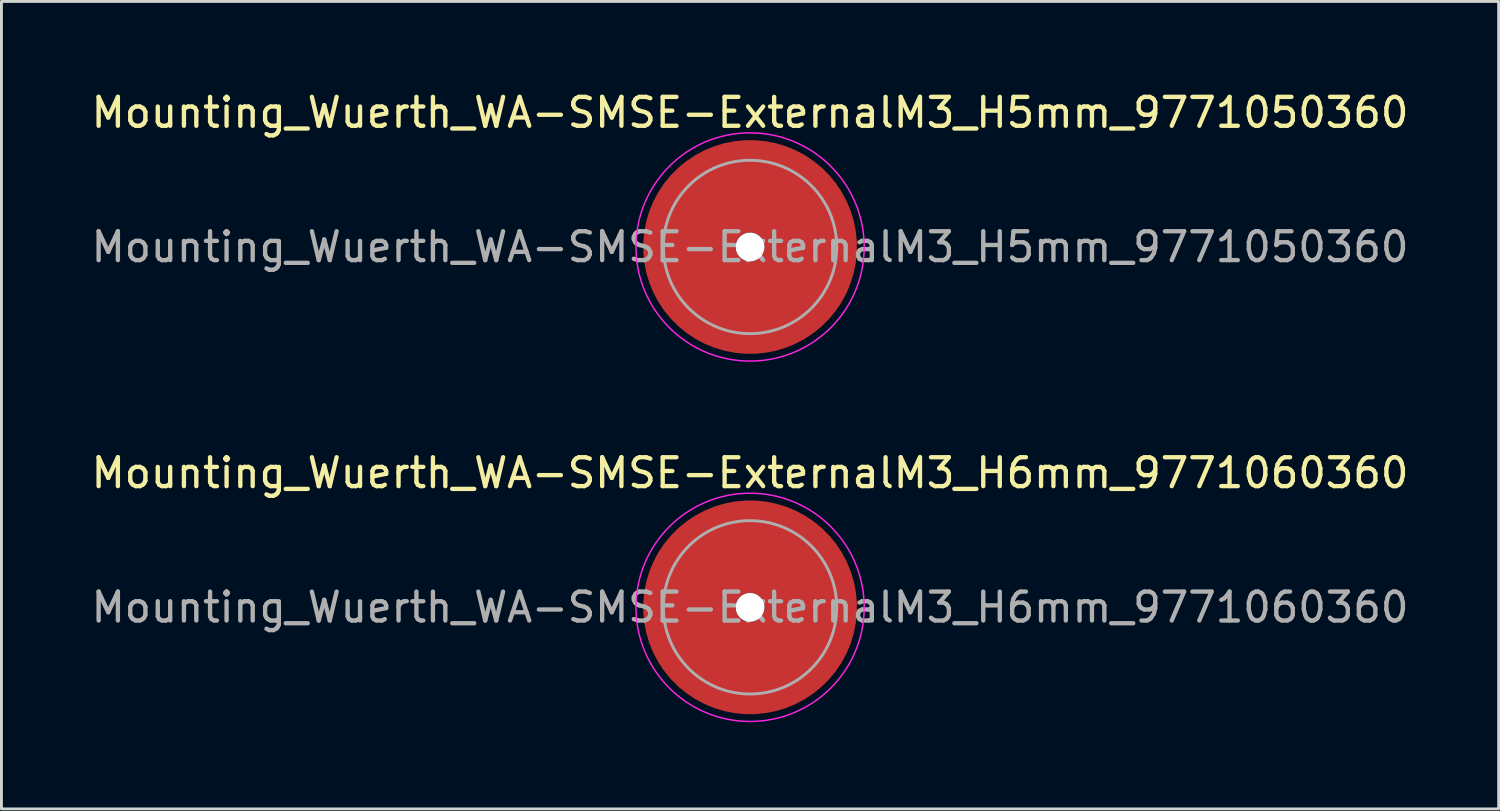
<source format=kicad_pcb>
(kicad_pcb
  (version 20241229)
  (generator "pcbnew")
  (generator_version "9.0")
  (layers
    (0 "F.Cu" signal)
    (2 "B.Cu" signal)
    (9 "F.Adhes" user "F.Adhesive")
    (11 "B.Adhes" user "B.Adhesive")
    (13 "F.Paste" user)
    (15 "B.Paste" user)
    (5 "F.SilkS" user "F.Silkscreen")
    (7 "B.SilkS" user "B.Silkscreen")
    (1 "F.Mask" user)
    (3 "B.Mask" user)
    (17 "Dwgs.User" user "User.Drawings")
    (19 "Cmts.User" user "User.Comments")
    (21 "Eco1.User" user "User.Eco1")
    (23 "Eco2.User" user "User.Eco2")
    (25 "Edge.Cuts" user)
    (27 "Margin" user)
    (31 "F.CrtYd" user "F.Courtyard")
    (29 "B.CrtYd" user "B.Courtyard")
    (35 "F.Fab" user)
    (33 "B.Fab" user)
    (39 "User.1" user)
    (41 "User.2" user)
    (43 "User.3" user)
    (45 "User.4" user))
  (footprint "Mounting_Wuerth_WA-SMSE-ExternalM3_H5mm_9771050360"
    (layer "F.Cu")
    (at 22.911 5.498)
    (property "Reference" "Mounting_Wuerth_WA-SMSE-ExternalM3_H5mm_9771050360" (at 0 -4.65 0) (layer "F.SilkS") (effects (font (size 1 1) (thickness 0.15))))
    (attr smd)
    (fp_circle (center 0 0) (end 3.95 0) (stroke (width 0.05) (type solid)) (fill no) (layer "F.CrtYd"))
    (fp_circle (center 0 0) (end 3 0) (stroke (width 0.1) (type solid)) (fill no) (layer "F.Fab"))
    (fp_text user "${REFERENCE}" (at 0 0 0) (layer "F.Fab") (effects (font (size 1 1) (thickness 0.15))))
    (pad "" smd custom (at 0 -2.1) (size 2.6 2.6) (layers "F.Paste") (options (anchor circle)) (primitives (gr_arc (start -0.305123 1.47) (mid 0 1.4) (end 0.305123 1.47) (width 0.2)) (gr_arc (start -0.493052 1.47) (mid 0 1.3) (end 0.493052 1.47) (width 0.2)) (gr_arc (start -0.642729 1.47) (mid 0 1.2) (end 0.642729 1.47) (width 0.2)) (gr_arc (start -0.776595 1.47) (mid 0 1.1) (end 0.776595 1.47) (width 0.2)) (gr_arc (start -0.901721 1.47) (mid 0 1) (end 0.901721 1.47) (width 0.2)) (gr_arc (start -1.021323 1.47) (mid 0 0.9) (end 1.021323 1.47) (width 0.2)) (gr_arc (start -1.137146 1.47) (mid 0 0.8) (end 1.137146 1.47) (width 0.2)) (gr_arc (start -1.25024 1.47) (mid 0 0.7) (end 1.25024 1.47) (width 0.2)) (gr_arc (start -1.361286 1.47) (mid 0 0.6) (end 1.361286 1.47) (width 0.2)) (gr_arc (start -1.470748 1.47) (mid 0 0.5) (end 1.470748 1.47) (width 0.2)) (gr_arc (start -1.578955 1.47) (mid 0 0.4) (end 1.578955 1.47) (width 0.2)) (gr_arc (start -1.686149 1.47) (mid 0 0.3) (end 1.686149 1.47) (width 0.2)) (gr_arc (start -1.792512 1.47) (mid 0 0.2) (end 1.792512 1.47) (width 0.2)) (gr_arc (start -1.898183 1.47) (mid 0 0.1) (end 1.898183 1.47) (width 0.2)) (gr_arc (start -2.003272 1.47) (mid 0 0) (end 2.003272 1.47) (width 0.2)) (gr_arc (start -2.107866 1.47) (mid 0 -0.1) (end 2.107866 1.47) (width 0.2)) (gr_arc (start -2.212035 1.47) (mid 0 -0.2) (end 2.212035 1.47) (width 0.2)) (gr_arc (start -2.315837 1.47) (mid 0 -0.3) (end 2.315837 1.47) (width 0.2)) (gr_arc (start -2.419318 1.47) (mid 0 -0.4) (end 2.419318 1.47) (width 0.2)) (gr_arc (start -2.522519 1.47) (mid 0 -0.5) (end 2.522519 1.47) (width 0.2)) (gr_arc (start -2.625471 1.47) (mid 0 -0.6) (end 2.625471 1.47) (width 0.2)) (gr_arc (start -2.728205 1.47) (mid 0 -0.7) (end 2.728205 1.47) (width 0.2)) (gr_arc (start -2.830742 1.47) (mid 0 -0.8) (end 2.830742 1.47) (width 0.2)) (gr_arc (start -2.933104 1.47) (mid 0 -0.9) (end 2.933104 1.47) (width 0.2)) (gr_arc (start -3.035309 1.47) (mid 0 -1) (end 3.035309 1.47) (width 0.2)) (gr_arc (start -3.137372 1.47) (mid 0 -1.1) (end 3.137372 1.47) (width 0.2)) (gr_arc (start -3.239305 1.47) (mid 0 -1.2) (end 3.239305 1.47) (width 0.2)) (gr_arc (start -3.341123 1.47) (mid 0 -1.3) (end 3.341123 1.47) (width 0.2)) (gr_arc (start -3.442833 1.47) (mid 0 -1.4) (end 3.442833 1.47) (width 0.2)) (gr_line (start 0.305 1.47) (end 3.443 1.47) (width 0.2)) (gr_line (start -0.305 1.47) (end -3.443 1.47) (width 0.2))))
    (pad "" np_thru_hole circle (at 0 0) (size 1 1) (drill 1) (layers "*.Cu" "*.Mask"))
    (pad "" smd custom (at 0 2.1) (size 2.6 2.6) (layers "F.Paste") (options (anchor circle)) (primitives (gr_arc (start 0.305123 -1.47) (mid 0 -1.4) (end -0.305123 -1.47) (width 0.2)) (gr_arc (start 0.493052 -1.47) (mid 0 -1.3) (end -0.493052 -1.47) (width 0.2)) (gr_arc (start 0.642729 -1.47) (mid 0 -1.2) (end -0.642729 -1.47) (width 0.2)) (gr_arc (start 0.776595 -1.47) (mid 0 -1.1) (end -0.776595 -1.47) (width 0.2)) (gr_arc (start 0.901721 -1.47) (mid 0 -1) (end -0.901721 -1.47) (width 0.2)) (gr_arc (start 1.021323 -1.47) (mid 0 -0.9) (end -1.021323 -1.47) (width 0.2)) (gr_arc (start 1.137146 -1.47) (mid 0 -0.8) (end -1.137146 -1.47) (width 0.2)) (gr_arc (start 1.25024 -1.47) (mid 0 -0.7) (end -1.25024 -1.47) (width 0.2)) (gr_arc (start 1.361286 -1.47) (mid 0 -0.6) (end -1.361286 -1.47) (width 0.2)) (gr_arc (start 1.470748 -1.47) (mid 0 -0.5) (end -1.470748 -1.47) (width 0.2)) (gr_arc (start 1.578955 -1.47) (mid 0 -0.4) (end -1.578955 -1.47) (width 0.2)) (gr_arc (start 1.686149 -1.47) (mid 0 -0.3) (end -1.686149 -1.47) (width 0.2)) (gr_arc (start 1.792512 -1.47) (mid 0 -0.2) (end -1.792512 -1.47) (width 0.2)) (gr_arc (start 1.898183 -1.47) (mid 0 -0.1) (end -1.898183 -1.47) (width 0.2)) (gr_arc (start 2.003272 -1.47) (mid 0 0) (end -2.003272 -1.47) (width 0.2)) (gr_arc (start 2.107866 -1.47) (mid 0 0.1) (end -2.107866 -1.47) (width 0.2)) (gr_arc (start 2.212035 -1.47) (mid 0 0.2) (end -2.212035 -1.47) (width 0.2)) (gr_arc (start 2.315837 -1.47) (mid 0 0.3) (end -2.315837 -1.47) (width 0.2)) (gr_arc (start 2.419318 -1.47) (mid 0 0.4) (end -2.419318 -1.47) (width 0.2)) (gr_arc (start 2.522519 -1.47) (mid 0 0.5) (end -2.522519 -1.47) (width 0.2)) (gr_arc (start 2.625471 -1.47) (mid 0 0.6) (end -2.625471 -1.47) (width 0.2)) (gr_arc (start 2.728205 -1.47) (mid 0 0.7) (end -2.728205 -1.47) (width 0.2)) (gr_arc (start 2.830742 -1.47) (mid 0 0.8) (end -2.830742 -1.47) (width 0.2)) (gr_arc (start 2.933104 -1.47) (mid 0 0.9) (end -2.933104 -1.47) (width 0.2)) (gr_arc (start 3.035309 -1.47) (mid 0 1) (end -3.035309 -1.47) (width 0.2)) (gr_arc (start 3.137372 -1.47) (mid 0 1.1) (end -3.137372 -1.47) (width 0.2)) (gr_arc (start 3.239305 -1.47) (mid 0 1.2) (end -3.239305 -1.47) (width 0.2)) (gr_arc (start 3.341123 -1.47) (mid 0 1.3) (end -3.341123 -1.47) (width 0.2)) (gr_arc (start 3.442833 -1.47) (mid 0 1.4) (end -3.442833 -1.47) (width 0.2)) (gr_line (start -0.305 -1.47) (end -3.443 -1.47) (width 0.2)) (gr_line (start 0.305 -1.47) (end 3.443 -1.47) (width 0.2))))
    (pad "1" smd circle (at -2.1 0) (size 2.8 2.8) (layers "F.Cu"))
    (pad "1" smd circle (at 0 -2.1) (size 2.8 2.8) (layers "F.Cu"))
    (pad "1" smd circle (at 0 2.1) (size 2.8 2.8) (layers "F.Cu"))
    (pad "1" smd custom (at 2.1 0) (size 2.8 2.8) (layers "F.Cu" "F.Mask") (options (anchor circle)) (primitives (gr_circle (center -2.1 0) (end 0 0) (width 3.2) (fill no)))))
  (footprint "Mounting_Wuerth_WA-SMSE-ExternalM3_H6mm_9771060360"
    (layer "F.Cu")
    (at 22.911 17.971)
    (property "Reference" "Mounting_Wuerth_WA-SMSE-ExternalM3_H6mm_9771060360" (at 0 -4.65 0) (layer "F.SilkS") (effects (font (size 1 1) (thickness 0.15))))
    (attr smd)
    (fp_circle (center 0 0) (end 3.95 0) (stroke (width 0.05) (type solid)) (fill no) (layer "F.CrtYd"))
    (fp_circle (center 0 0) (end 3 0) (stroke (width 0.1) (type solid)) (fill no) (layer "F.Fab"))
    (fp_text user "${REFERENCE}" (at 0 0 0) (layer "F.Fab") (effects (font (size 1 1) (thickness 0.15))))
    (pad "" smd custom (at 0 -2.1) (size 2.6 2.6) (layers "F.Paste") (options (anchor circle)) (primitives (gr_arc (start -0.305123 1.47) (mid 0 1.4) (end 0.305123 1.47) (width 0.2)) (gr_arc (start -0.493052 1.47) (mid 0 1.3) (end 0.493052 1.47) (width 0.2)) (gr_arc (start -0.642729 1.47) (mid 0 1.2) (end 0.642729 1.47) (width 0.2)) (gr_arc (start -0.776595 1.47) (mid 0 1.1) (end 0.776595 1.47) (width 0.2)) (gr_arc (start -0.901721 1.47) (mid 0 1) (end 0.901721 1.47) (width 0.2)) (gr_arc (start -1.021323 1.47) (mid 0 0.9) (end 1.021323 1.47) (width 0.2)) (gr_arc (start -1.137146 1.47) (mid 0 0.8) (end 1.137146 1.47) (width 0.2)) (gr_arc (start -1.25024 1.47) (mid 0 0.7) (end 1.25024 1.47) (width 0.2)) (gr_arc (start -1.361286 1.47) (mid 0 0.6) (end 1.361286 1.47) (width 0.2)) (gr_arc (start -1.470748 1.47) (mid 0 0.5) (end 1.470748 1.47) (width 0.2)) (gr_arc (start -1.578955 1.47) (mid 0 0.4) (end 1.578955 1.47) (width 0.2)) (gr_arc (start -1.686149 1.47) (mid 0 0.3) (end 1.686149 1.47) (width 0.2)) (gr_arc (start -1.792512 1.47) (mid 0 0.2) (end 1.792512 1.47) (width 0.2)) (gr_arc (start -1.898183 1.47) (mid 0 0.1) (end 1.898183 1.47) (width 0.2)) (gr_arc (start -2.003272 1.47) (mid 0 0) (end 2.003272 1.47) (width 0.2)) (gr_arc (start -2.107866 1.47) (mid 0 -0.1) (end 2.107866 1.47) (width 0.2)) (gr_arc (start -2.212035 1.47) (mid 0 -0.2) (end 2.212035 1.47) (width 0.2)) (gr_arc (start -2.315837 1.47) (mid 0 -0.3) (end 2.315837 1.47) (width 0.2)) (gr_arc (start -2.419318 1.47) (mid 0 -0.4) (end 2.419318 1.47) (width 0.2)) (gr_arc (start -2.522519 1.47) (mid 0 -0.5) (end 2.522519 1.47) (width 0.2)) (gr_arc (start -2.625471 1.47) (mid 0 -0.6) (end 2.625471 1.47) (width 0.2)) (gr_arc (start -2.728205 1.47) (mid 0 -0.7) (end 2.728205 1.47) (width 0.2)) (gr_arc (start -2.830742 1.47) (mid 0 -0.8) (end 2.830742 1.47) (width 0.2)) (gr_arc (start -2.933104 1.47) (mid 0 -0.9) (end 2.933104 1.47) (width 0.2)) (gr_arc (start -3.035309 1.47) (mid 0 -1) (end 3.035309 1.47) (width 0.2)) (gr_arc (start -3.137372 1.47) (mid 0 -1.1) (end 3.137372 1.47) (width 0.2)) (gr_arc (start -3.239305 1.47) (mid 0 -1.2) (end 3.239305 1.47) (width 0.2)) (gr_arc (start -3.341123 1.47) (mid 0 -1.3) (end 3.341123 1.47) (width 0.2)) (gr_arc (start -3.442833 1.47) (mid 0 -1.4) (end 3.442833 1.47) (width 0.2)) (gr_line (start 0.305 1.47) (end 3.443 1.47) (width 0.2)) (gr_line (start -0.305 1.47) (end -3.443 1.47) (width 0.2))))
    (pad "" np_thru_hole circle (at 0 0) (size 1 1) (drill 1) (layers "*.Cu" "*.Mask"))
    (pad "" smd custom (at 0 2.1) (size 2.6 2.6) (layers "F.Paste") (options (anchor circle)) (primitives (gr_arc (start 0.305123 -1.47) (mid 0 -1.4) (end -0.305123 -1.47) (width 0.2)) (gr_arc (start 0.493052 -1.47) (mid 0 -1.3) (end -0.493052 -1.47) (width 0.2)) (gr_arc (start 0.642729 -1.47) (mid 0 -1.2) (end -0.642729 -1.47) (width 0.2)) (gr_arc (start 0.776595 -1.47) (mid 0 -1.1) (end -0.776595 -1.47) (width 0.2)) (gr_arc (start 0.901721 -1.47) (mid 0 -1) (end -0.901721 -1.47) (width 0.2)) (gr_arc (start 1.021323 -1.47) (mid 0 -0.9) (end -1.021323 -1.47) (width 0.2)) (gr_arc (start 1.137146 -1.47) (mid 0 -0.8) (end -1.137146 -1.47) (width 0.2)) (gr_arc (start 1.25024 -1.47) (mid 0 -0.7) (end -1.25024 -1.47) (width 0.2)) (gr_arc (start 1.361286 -1.47) (mid 0 -0.6) (end -1.361286 -1.47) (width 0.2)) (gr_arc (start 1.470748 -1.47) (mid 0 -0.5) (end -1.470748 -1.47) (width 0.2)) (gr_arc (start 1.578955 -1.47) (mid 0 -0.4) (end -1.578955 -1.47) (width 0.2)) (gr_arc (start 1.686149 -1.47) (mid 0 -0.3) (end -1.686149 -1.47) (width 0.2)) (gr_arc (start 1.792512 -1.47) (mid 0 -0.2) (end -1.792512 -1.47) (width 0.2)) (gr_arc (start 1.898183 -1.47) (mid 0 -0.1) (end -1.898183 -1.47) (width 0.2)) (gr_arc (start 2.003272 -1.47) (mid 0 0) (end -2.003272 -1.47) (width 0.2)) (gr_arc (start 2.107866 -1.47) (mid 0 0.1) (end -2.107866 -1.47) (width 0.2)) (gr_arc (start 2.212035 -1.47) (mid 0 0.2) (end -2.212035 -1.47) (width 0.2)) (gr_arc (start 2.315837 -1.47) (mid 0 0.3) (end -2.315837 -1.47) (width 0.2)) (gr_arc (start 2.419318 -1.47) (mid 0 0.4) (end -2.419318 -1.47) (width 0.2)) (gr_arc (start 2.522519 -1.47) (mid 0 0.5) (end -2.522519 -1.47) (width 0.2)) (gr_arc (start 2.625471 -1.47) (mid 0 0.6) (end -2.625471 -1.47) (width 0.2)) (gr_arc (start 2.728205 -1.47) (mid 0 0.7) (end -2.728205 -1.47) (width 0.2)) (gr_arc (start 2.830742 -1.47) (mid 0 0.8) (end -2.830742 -1.47) (width 0.2)) (gr_arc (start 2.933104 -1.47) (mid 0 0.9) (end -2.933104 -1.47) (width 0.2)) (gr_arc (start 3.035309 -1.47) (mid 0 1) (end -3.035309 -1.47) (width 0.2)) (gr_arc (start 3.137372 -1.47) (mid 0 1.1) (end -3.137372 -1.47) (width 0.2)) (gr_arc (start 3.239305 -1.47) (mid 0 1.2) (end -3.239305 -1.47) (width 0.2)) (gr_arc (start 3.341123 -1.47) (mid 0 1.3) (end -3.341123 -1.47) (width 0.2)) (gr_arc (start 3.442833 -1.47) (mid 0 1.4) (end -3.442833 -1.47) (width 0.2)) (gr_line (start -0.305 -1.47) (end -3.443 -1.47) (width 0.2)) (gr_line (start 0.305 -1.47) (end 3.443 -1.47) (width 0.2))))
    (pad "1" smd circle (at -2.1 0) (size 2.8 2.8) (layers "F.Cu"))
    (pad "1" smd circle (at 0 -2.1) (size 2.8 2.8) (layers "F.Cu"))
    (pad "1" smd circle (at 0 2.1) (size 2.8 2.8) (layers "F.Cu"))
    (pad "1" smd custom (at 2.1 0) (size 2.8 2.8) (layers "F.Cu" "F.Mask") (options (anchor circle)) (primitives (gr_circle (center -2.1 0) (end 0 0) (width 3.2) (fill no)))))
  (gr_rect
    (start -3 -3)
    (end 48.821 24.947)
    (stroke (width 0.1) (type default))
    (fill no)
    (layer "Edge.Cuts")))
</source>
